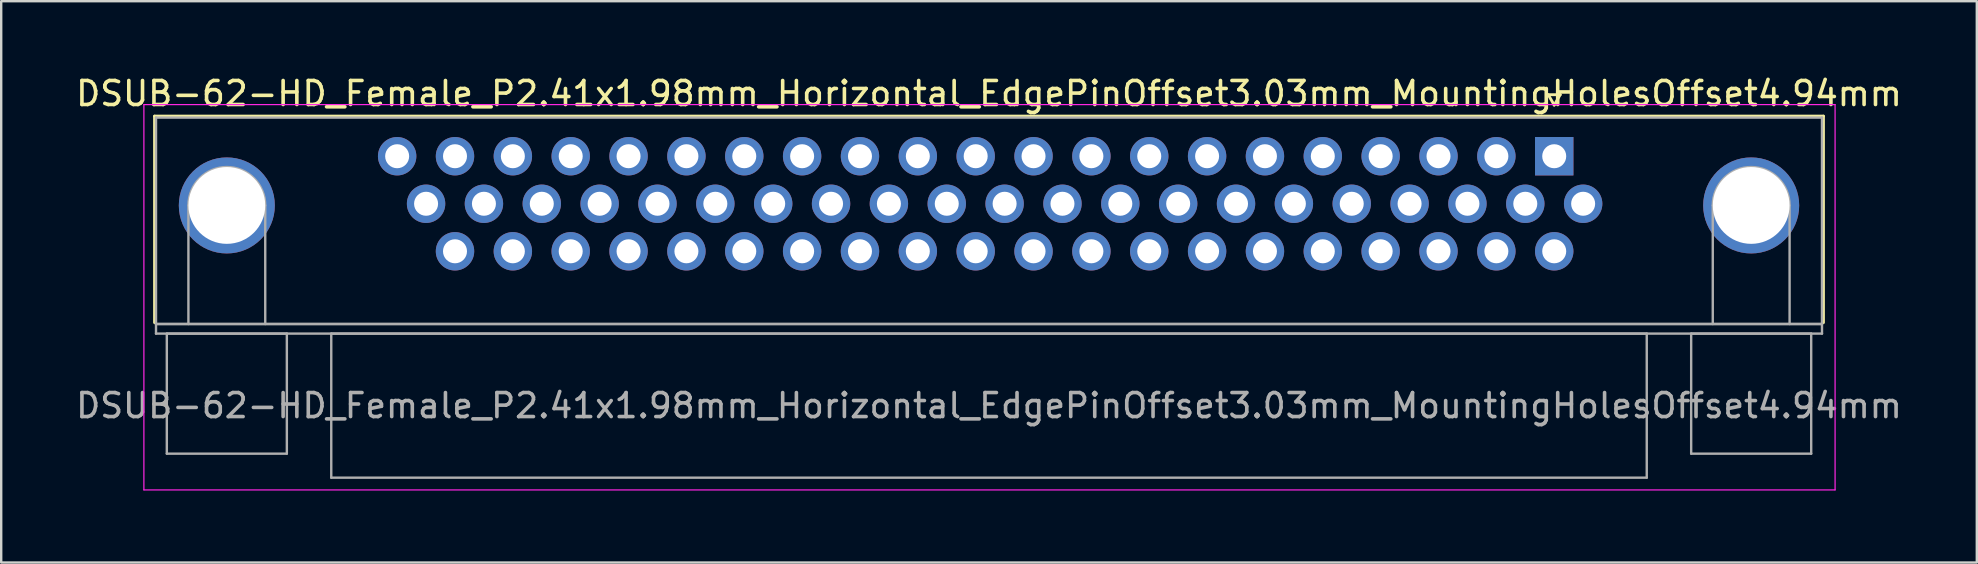
<source format=kicad_pcb>
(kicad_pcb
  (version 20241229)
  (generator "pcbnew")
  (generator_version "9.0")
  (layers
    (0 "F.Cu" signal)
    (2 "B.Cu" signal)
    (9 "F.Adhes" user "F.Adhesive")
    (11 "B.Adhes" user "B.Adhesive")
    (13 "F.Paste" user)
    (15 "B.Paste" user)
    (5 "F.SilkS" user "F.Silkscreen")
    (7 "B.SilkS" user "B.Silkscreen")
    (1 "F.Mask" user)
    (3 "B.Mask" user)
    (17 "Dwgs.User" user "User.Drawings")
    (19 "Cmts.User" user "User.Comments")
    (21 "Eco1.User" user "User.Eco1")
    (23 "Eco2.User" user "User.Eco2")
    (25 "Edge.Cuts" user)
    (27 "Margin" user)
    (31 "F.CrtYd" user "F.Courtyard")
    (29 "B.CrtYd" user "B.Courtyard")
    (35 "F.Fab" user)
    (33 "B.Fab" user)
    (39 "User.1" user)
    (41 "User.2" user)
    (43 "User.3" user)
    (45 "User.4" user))
  (footprint "DSUB-62-HD_Female_P2.41x1.98mm_Horizontal_EdgePinOffset3.03mm_MountingHolesOffset4.94mm"
    (layer "F.Cu")
    (at 61.694 3.458)
    (property "Reference" "DSUB-62-HD_Female_P2.41x1.98mm_Horizontal_EdgePinOffset3.03mm_MountingHolesOffset4.94mm" (at -23.545 -2.61 0) (layer "F.SilkS") (effects (font (size 1 1) (thickness 0.15))))
    (attr through_hole)
    (fp_line (start -58.305 -1.67) (end 11.215 -1.67) (stroke (width 0.12) (type solid)) (layer "F.SilkS"))
    (fp_line (start -58.305 6.93) (end -58.305 -1.67) (stroke (width 0.12) (type solid)) (layer "F.SilkS"))
    (fp_line (start -0.25 -2.564) (end 0.25 -2.564) (stroke (width 0.12) (type solid)) (layer "F.SilkS"))
    (fp_line (start 0 -2.131) (end -0.25 -2.564) (stroke (width 0.12) (type solid)) (layer "F.SilkS"))
    (fp_line (start 0.25 -2.564) (end 0 -2.131) (stroke (width 0.12) (type solid)) (layer "F.SilkS"))
    (fp_line (start 11.215 -1.67) (end 11.215 6.93) (stroke (width 0.12) (type solid)) (layer "F.SilkS"))
    (fp_line (start -58.75 -2.15) (end -58.75 13.9) (stroke (width 0.05) (type solid)) (layer "F.CrtYd"))
    (fp_line (start -58.75 13.9) (end 11.7 13.9) (stroke (width 0.05) (type solid)) (layer "F.CrtYd"))
    (fp_line (start 11.7 -2.15) (end -58.75 -2.15) (stroke (width 0.05) (type solid)) (layer "F.CrtYd"))
    (fp_line (start 11.7 13.9) (end 11.7 -2.15) (stroke (width 0.05) (type solid)) (layer "F.CrtYd"))
    (fp_line (start -58.245 -1.61) (end -58.245 6.99) (stroke (width 0.1) (type solid)) (layer "F.Fab"))
    (fp_line (start -58.245 6.99) (end -58.245 7.39) (stroke (width 0.1) (type solid)) (layer "F.Fab"))
    (fp_line (start -58.245 6.99) (end 11.155 6.99) (stroke (width 0.1) (type solid)) (layer "F.Fab"))
    (fp_line (start -58.245 7.39) (end 11.155 7.39) (stroke (width 0.1) (type solid)) (layer "F.Fab"))
    (fp_line (start -57.795 7.39) (end -57.795 12.39) (stroke (width 0.1) (type solid)) (layer "F.Fab"))
    (fp_line (start -57.795 12.39) (end -52.795 12.39) (stroke (width 0.1) (type solid)) (layer "F.Fab"))
    (fp_line (start -56.895 6.99) (end -56.895 2.05) (stroke (width 0.1) (type solid)) (layer "F.Fab"))
    (fp_line (start -53.695 6.99) (end -53.695 2.05) (stroke (width 0.1) (type solid)) (layer "F.Fab"))
    (fp_line (start -52.795 7.39) (end -57.795 7.39) (stroke (width 0.1) (type solid)) (layer "F.Fab"))
    (fp_line (start -52.795 12.39) (end -52.795 7.39) (stroke (width 0.1) (type solid)) (layer "F.Fab"))
    (fp_line (start -50.945 7.39) (end -50.945 13.39) (stroke (width 0.1) (type solid)) (layer "F.Fab"))
    (fp_line (start -50.945 13.39) (end 3.855 13.39) (stroke (width 0.1) (type solid)) (layer "F.Fab"))
    (fp_line (start 3.855 7.39) (end -50.945 7.39) (stroke (width 0.1) (type solid)) (layer "F.Fab"))
    (fp_line (start 3.855 13.39) (end 3.855 7.39) (stroke (width 0.1) (type solid)) (layer "F.Fab"))
    (fp_line (start 5.705 7.39) (end 5.705 12.39) (stroke (width 0.1) (type solid)) (layer "F.Fab"))
    (fp_line (start 5.705 12.39) (end 10.705 12.39) (stroke (width 0.1) (type solid)) (layer "F.Fab"))
    (fp_line (start 6.605 6.99) (end 6.605 2.05) (stroke (width 0.1) (type solid)) (layer "F.Fab"))
    (fp_line (start 9.805 6.99) (end 9.805 2.05) (stroke (width 0.1) (type solid)) (layer "F.Fab"))
    (fp_line (start 10.705 7.39) (end 5.705 7.39) (stroke (width 0.1) (type solid)) (layer "F.Fab"))
    (fp_line (start 10.705 12.39) (end 10.705 7.39) (stroke (width 0.1) (type solid)) (layer "F.Fab"))
    (fp_line (start 11.155 -1.61) (end -58.245 -1.61) (stroke (width 0.1) (type solid)) (layer "F.Fab"))
    (fp_line (start 11.155 6.99) (end -58.245 6.99) (stroke (width 0.1) (type solid)) (layer "F.Fab"))
    (fp_line (start 11.155 6.99) (end 11.155 -1.61) (stroke (width 0.1) (type solid)) (layer "F.Fab"))
    (fp_line (start 11.155 7.39) (end 11.155 6.99) (stroke (width 0.1) (type solid)) (layer "F.Fab"))
    (fp_arc (start -56.895 2.05) (mid -55.295 0.45) (end -53.695 2.05) (stroke (width 0.1) (type solid)) (layer "F.Fab"))
    (fp_arc (start 6.605 2.05) (mid 8.205 0.45) (end 9.805 2.05) (stroke (width 0.1) (type solid)) (layer "F.Fab"))
    (fp_text user "${REFERENCE}" (at -23.545 10.39 0) (layer "F.Fab") (effects (font (size 1 1) (thickness 0.15))))
    (pad "0" thru_hole circle (at -55.295 2.05) (size 4 4) (drill 3.2) (layers "*.Cu" "*.Mask"))
    (pad "0" thru_hole circle (at 8.205 2.05) (size 4 4) (drill 3.2) (layers "*.Cu" "*.Mask"))
    (pad "1" thru_hole rect (at 0 0) (size 1.6 1.6) (drill 1) (layers "*.Cu" "*.Mask"))
    (pad "2" thru_hole circle (at -2.41 0) (size 1.6 1.6) (drill 1) (layers "*.Cu" "*.Mask"))
    (pad "3" thru_hole circle (at -4.82 0) (size 1.6 1.6) (drill 1) (layers "*.Cu" "*.Mask"))
    (pad "4" thru_hole circle (at -7.23 0) (size 1.6 1.6) (drill 1) (layers "*.Cu" "*.Mask"))
    (pad "5" thru_hole circle (at -9.64 0) (size 1.6 1.6) (drill 1) (layers "*.Cu" "*.Mask"))
    (pad "6" thru_hole circle (at -12.05 0) (size 1.6 1.6) (drill 1) (layers "*.Cu" "*.Mask"))
    (pad "7" thru_hole circle (at -14.46 0) (size 1.6 1.6) (drill 1) (layers "*.Cu" "*.Mask"))
    (pad "8" thru_hole circle (at -16.87 0) (size 1.6 1.6) (drill 1) (layers "*.Cu" "*.Mask"))
    (pad "9" thru_hole circle (at -19.28 0) (size 1.6 1.6) (drill 1) (layers "*.Cu" "*.Mask"))
    (pad "10" thru_hole circle (at -21.69 0) (size 1.6 1.6) (drill 1) (layers "*.Cu" "*.Mask"))
    (pad "11" thru_hole circle (at -24.1 0) (size 1.6 1.6) (drill 1) (layers "*.Cu" "*.Mask"))
    (pad "12" thru_hole circle (at -26.51 0) (size 1.6 1.6) (drill 1) (layers "*.Cu" "*.Mask"))
    (pad "13" thru_hole circle (at -28.92 0) (size 1.6 1.6) (drill 1) (layers "*.Cu" "*.Mask"))
    (pad "14" thru_hole circle (at -31.33 0) (size 1.6 1.6) (drill 1) (layers "*.Cu" "*.Mask"))
    (pad "15" thru_hole circle (at -33.74 0) (size 1.6 1.6) (drill 1) (layers "*.Cu" "*.Mask"))
    (pad "16" thru_hole circle (at -36.15 0) (size 1.6 1.6) (drill 1) (layers "*.Cu" "*.Mask"))
    (pad "17" thru_hole circle (at -38.56 0) (size 1.6 1.6) (drill 1) (layers "*.Cu" "*.Mask"))
    (pad "18" thru_hole circle (at -40.97 0) (size 1.6 1.6) (drill 1) (layers "*.Cu" "*.Mask"))
    (pad "19" thru_hole circle (at -43.38 0) (size 1.6 1.6) (drill 1) (layers "*.Cu" "*.Mask"))
    (pad "20" thru_hole circle (at -45.79 0) (size 1.6 1.6) (drill 1) (layers "*.Cu" "*.Mask"))
    (pad "21" thru_hole circle (at -48.2 0) (size 1.6 1.6) (drill 1) (layers "*.Cu" "*.Mask"))
    (pad "22" thru_hole circle (at 1.205 1.98) (size 1.6 1.6) (drill 1) (layers "*.Cu" "*.Mask"))
    (pad "23" thru_hole circle (at -1.205 1.98) (size 1.6 1.6) (drill 1) (layers "*.Cu" "*.Mask"))
    (pad "24" thru_hole circle (at -3.615 1.98) (size 1.6 1.6) (drill 1) (layers "*.Cu" "*.Mask"))
    (pad "25" thru_hole circle (at -6.025 1.98) (size 1.6 1.6) (drill 1) (layers "*.Cu" "*.Mask"))
    (pad "26" thru_hole circle (at -8.435 1.98) (size 1.6 1.6) (drill 1) (layers "*.Cu" "*.Mask"))
    (pad "27" thru_hole circle (at -10.845 1.98) (size 1.6 1.6) (drill 1) (layers "*.Cu" "*.Mask"))
    (pad "28" thru_hole circle (at -13.255 1.98) (size 1.6 1.6) (drill 1) (layers "*.Cu" "*.Mask"))
    (pad "29" thru_hole circle (at -15.665 1.98) (size 1.6 1.6) (drill 1) (layers "*.Cu" "*.Mask"))
    (pad "30" thru_hole circle (at -18.075 1.98) (size 1.6 1.6) (drill 1) (layers "*.Cu" "*.Mask"))
    (pad "31" thru_hole circle (at -20.485 1.98) (size 1.6 1.6) (drill 1) (layers "*.Cu" "*.Mask"))
    (pad "32" thru_hole circle (at -22.895 1.98) (size 1.6 1.6) (drill 1) (layers "*.Cu" "*.Mask"))
    (pad "33" thru_hole circle (at -25.305 1.98) (size 1.6 1.6) (drill 1) (layers "*.Cu" "*.Mask"))
    (pad "34" thru_hole circle (at -27.715 1.98) (size 1.6 1.6) (drill 1) (layers "*.Cu" "*.Mask"))
    (pad "35" thru_hole circle (at -30.125 1.98) (size 1.6 1.6) (drill 1) (layers "*.Cu" "*.Mask"))
    (pad "36" thru_hole circle (at -32.535 1.98) (size 1.6 1.6) (drill 1) (layers "*.Cu" "*.Mask"))
    (pad "37" thru_hole circle (at -34.945 1.98) (size 1.6 1.6) (drill 1) (layers "*.Cu" "*.Mask"))
    (pad "38" thru_hole circle (at -37.355 1.98) (size 1.6 1.6) (drill 1) (layers "*.Cu" "*.Mask"))
    (pad "39" thru_hole circle (at -39.765 1.98) (size 1.6 1.6) (drill 1) (layers "*.Cu" "*.Mask"))
    (pad "40" thru_hole circle (at -42.175 1.98) (size 1.6 1.6) (drill 1) (layers "*.Cu" "*.Mask"))
    (pad "41" thru_hole circle (at -44.585 1.98) (size 1.6 1.6) (drill 1) (layers "*.Cu" "*.Mask"))
    (pad "42" thru_hole circle (at -46.995 1.98) (size 1.6 1.6) (drill 1) (layers "*.Cu" "*.Mask"))
    (pad "43" thru_hole circle (at 0 3.96) (size 1.6 1.6) (drill 1) (layers "*.Cu" "*.Mask"))
    (pad "44" thru_hole circle (at -2.41 3.96) (size 1.6 1.6) (drill 1) (layers "*.Cu" "*.Mask"))
    (pad "45" thru_hole circle (at -4.82 3.96) (size 1.6 1.6) (drill 1) (layers "*.Cu" "*.Mask"))
    (pad "46" thru_hole circle (at -7.23 3.96) (size 1.6 1.6) (drill 1) (layers "*.Cu" "*.Mask"))
    (pad "47" thru_hole circle (at -9.64 3.96) (size 1.6 1.6) (drill 1) (layers "*.Cu" "*.Mask"))
    (pad "48" thru_hole circle (at -12.05 3.96) (size 1.6 1.6) (drill 1) (layers "*.Cu" "*.Mask"))
    (pad "49" thru_hole circle (at -14.46 3.96) (size 1.6 1.6) (drill 1) (layers "*.Cu" "*.Mask"))
    (pad "50" thru_hole circle (at -16.87 3.96) (size 1.6 1.6) (drill 1) (layers "*.Cu" "*.Mask"))
    (pad "51" thru_hole circle (at -19.28 3.96) (size 1.6 1.6) (drill 1) (layers "*.Cu" "*.Mask"))
    (pad "52" thru_hole circle (at -21.69 3.96) (size 1.6 1.6) (drill 1) (layers "*.Cu" "*.Mask"))
    (pad "53" thru_hole circle (at -24.1 3.96) (size 1.6 1.6) (drill 1) (layers "*.Cu" "*.Mask"))
    (pad "54" thru_hole circle (at -26.51 3.96) (size 1.6 1.6) (drill 1) (layers "*.Cu" "*.Mask"))
    (pad "55" thru_hole circle (at -28.92 3.96) (size 1.6 1.6) (drill 1) (layers "*.Cu" "*.Mask"))
    (pad "56" thru_hole circle (at -31.33 3.96) (size 1.6 1.6) (drill 1) (layers "*.Cu" "*.Mask"))
    (pad "57" thru_hole circle (at -33.74 3.96) (size 1.6 1.6) (drill 1) (layers "*.Cu" "*.Mask"))
    (pad "58" thru_hole circle (at -36.15 3.96) (size 1.6 1.6) (drill 1) (layers "*.Cu" "*.Mask"))
    (pad "59" thru_hole circle (at -38.56 3.96) (size 1.6 1.6) (drill 1) (layers "*.Cu" "*.Mask"))
    (pad "60" thru_hole circle (at -40.97 3.96) (size 1.6 1.6) (drill 1) (layers "*.Cu" "*.Mask"))
    (pad "61" thru_hole circle (at -43.38 3.96) (size 1.6 1.6) (drill 1) (layers "*.Cu" "*.Mask"))
    (pad "62" thru_hole circle (at -45.79 3.96) (size 1.6 1.6) (drill 1) (layers "*.Cu" "*.Mask")))
  (gr_rect
    (start -3 -3)
    (end 79.298 20.383)
    (stroke (width 0.1) (type default))
    (fill no)
    (layer "Edge.Cuts")))
</source>
